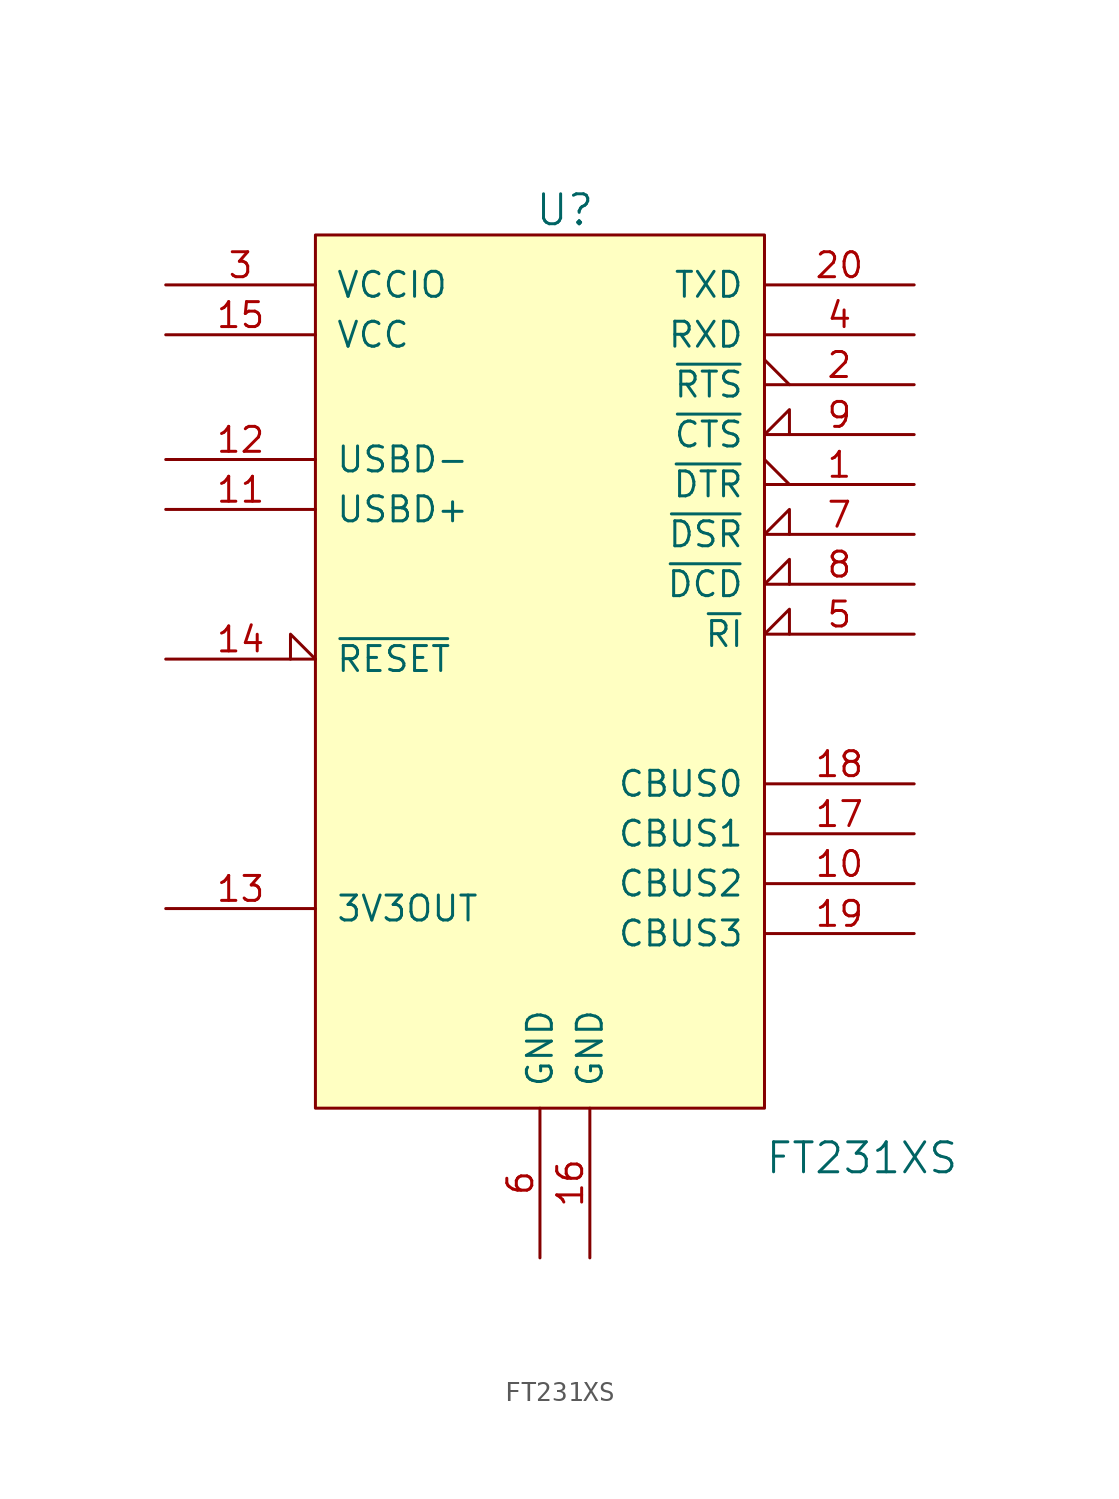
<source format=kicad_sym>
(kicad_symbol_lib
  (version 20211014)
  (generator kicad_symbol_editor)
  (symbol "FT231XS"
    (pin_names
      (offset 1.016))
    (property "Reference" "U"
      (at 0 22.86 0)
      (effects (font (size 1.524 1.524))))
    (property "Value" "FT231XS"
      (at 10.16 -25.4 0)
      (effects (font (size 1.524 1.524)) (justify left)))
    (property "Footprint" ""
      (at 0 0 0)
      (effects (font (size 1.524 1.524))))
    (property "Datasheet" ""
      (at 0 0 0)
      (effects (font (size 1.524 1.524))))
    (symbol "FT231XS_0_1"
      (rectangle (start -12.7 21.59) (end 10.16 -22.86) (stroke (width 0) (type default) (color 0 0 0 0)) (fill (type background))))
    (symbol "FT231XS_1_1"
      (pin output output_low (at 17.78 8.89 180) (length 7.62) (name "~{DTR}" (effects (font (size 1.27 1.27)))) (number "1" (effects (font (size 1.27 1.27)))))
      (pin bidirectional line (at 17.78 -11.43 180) (length 7.62) (name "CBUS2" (effects (font (size 1.27 1.27)))) (number "10" (effects (font (size 1.27 1.27)))))
      (pin bidirectional line (at -20.32 7.62 0) (length 7.62) (name "USBD+" (effects (font (size 1.27 1.27)))) (number "11" (effects (font (size 1.27 1.27)))))
      (pin bidirectional line (at -20.32 10.16 0) (length 7.62) (name "USBD-" (effects (font (size 1.27 1.27)))) (number "12" (effects (font (size 1.27 1.27)))))
      (pin power_out line (at -20.32 -12.7 0) (length 7.62) (name "3V3OUT" (effects (font (size 1.27 1.27)))) (number "13" (effects (font (size 1.27 1.27)))))
      (pin input input_low (at -20.32 0 0) (length 7.62) (name "~{RESET}" (effects (font (size 1.27 1.27)))) (number "14" (effects (font (size 1.27 1.27)))))
      (pin power_in line (at -20.32 16.51 0) (length 7.62) (name "VCC" (effects (font (size 1.27 1.27)))) (number "15" (effects (font (size 1.27 1.27)))))
      (pin power_in line (at 1.27 -30.48 90) (length 7.62) (name "GND" (effects (font (size 1.27 1.27)))) (number "16" (effects (font (size 1.27 1.27)))))
      (pin output line (at 17.78 -8.89 180) (length 7.62) (name "CBUS1" (effects (font (size 1.27 1.27)))) (number "17" (effects (font (size 1.27 1.27)))))
      (pin bidirectional line (at 17.78 -6.35 180) (length 7.62) (name "CBUS0" (effects (font (size 1.27 1.27)))) (number "18" (effects (font (size 1.27 1.27)))))
      (pin bidirectional line (at 17.78 -13.97 180) (length 7.62) (name "CBUS3" (effects (font (size 1.27 1.27)))) (number "19" (effects (font (size 1.27 1.27)))))
      (pin output output_low (at 17.78 13.97 180) (length 7.62) (name "~{RTS}" (effects (font (size 1.27 1.27)))) (number "2" (effects (font (size 1.27 1.27)))))
      (pin output line (at 17.78 19.05 180) (length 7.62) (name "TXD" (effects (font (size 1.27 1.27)))) (number "20" (effects (font (size 1.27 1.27)))))
      (pin power_in line (at -20.32 19.05 0) (length 7.62) (name "VCCIO" (effects (font (size 1.27 1.27)))) (number "3" (effects (font (size 1.27 1.27)))))
      (pin input line (at 17.78 16.51 180) (length 7.62) (name "RXD" (effects (font (size 1.27 1.27)))) (number "4" (effects (font (size 1.27 1.27)))))
      (pin input input_low (at 17.78 1.27 180) (length 7.62) (name "~{RI}" (effects (font (size 1.27 1.27)))) (number "5" (effects (font (size 1.27 1.27)))))
      (pin power_in line (at -1.27 -30.48 90) (length 7.62) (name "GND" (effects (font (size 1.27 1.27)))) (number "6" (effects (font (size 1.27 1.27)))))
      (pin input input_low (at 17.78 6.35 180) (length 7.62) (name "~{DSR}" (effects (font (size 1.27 1.27)))) (number "7" (effects (font (size 1.27 1.27)))))
      (pin input input_low (at 17.78 3.81 180) (length 7.62) (name "~{DCD}" (effects (font (size 1.27 1.27)))) (number "8" (effects (font (size 1.27 1.27)))))
      (pin input input_low (at 17.78 11.43 180) (length 7.62) (name "~{CTS}" (effects (font (size 1.27 1.27)))) (number "9" (effects (font (size 1.27 1.27))))))))
</source>
